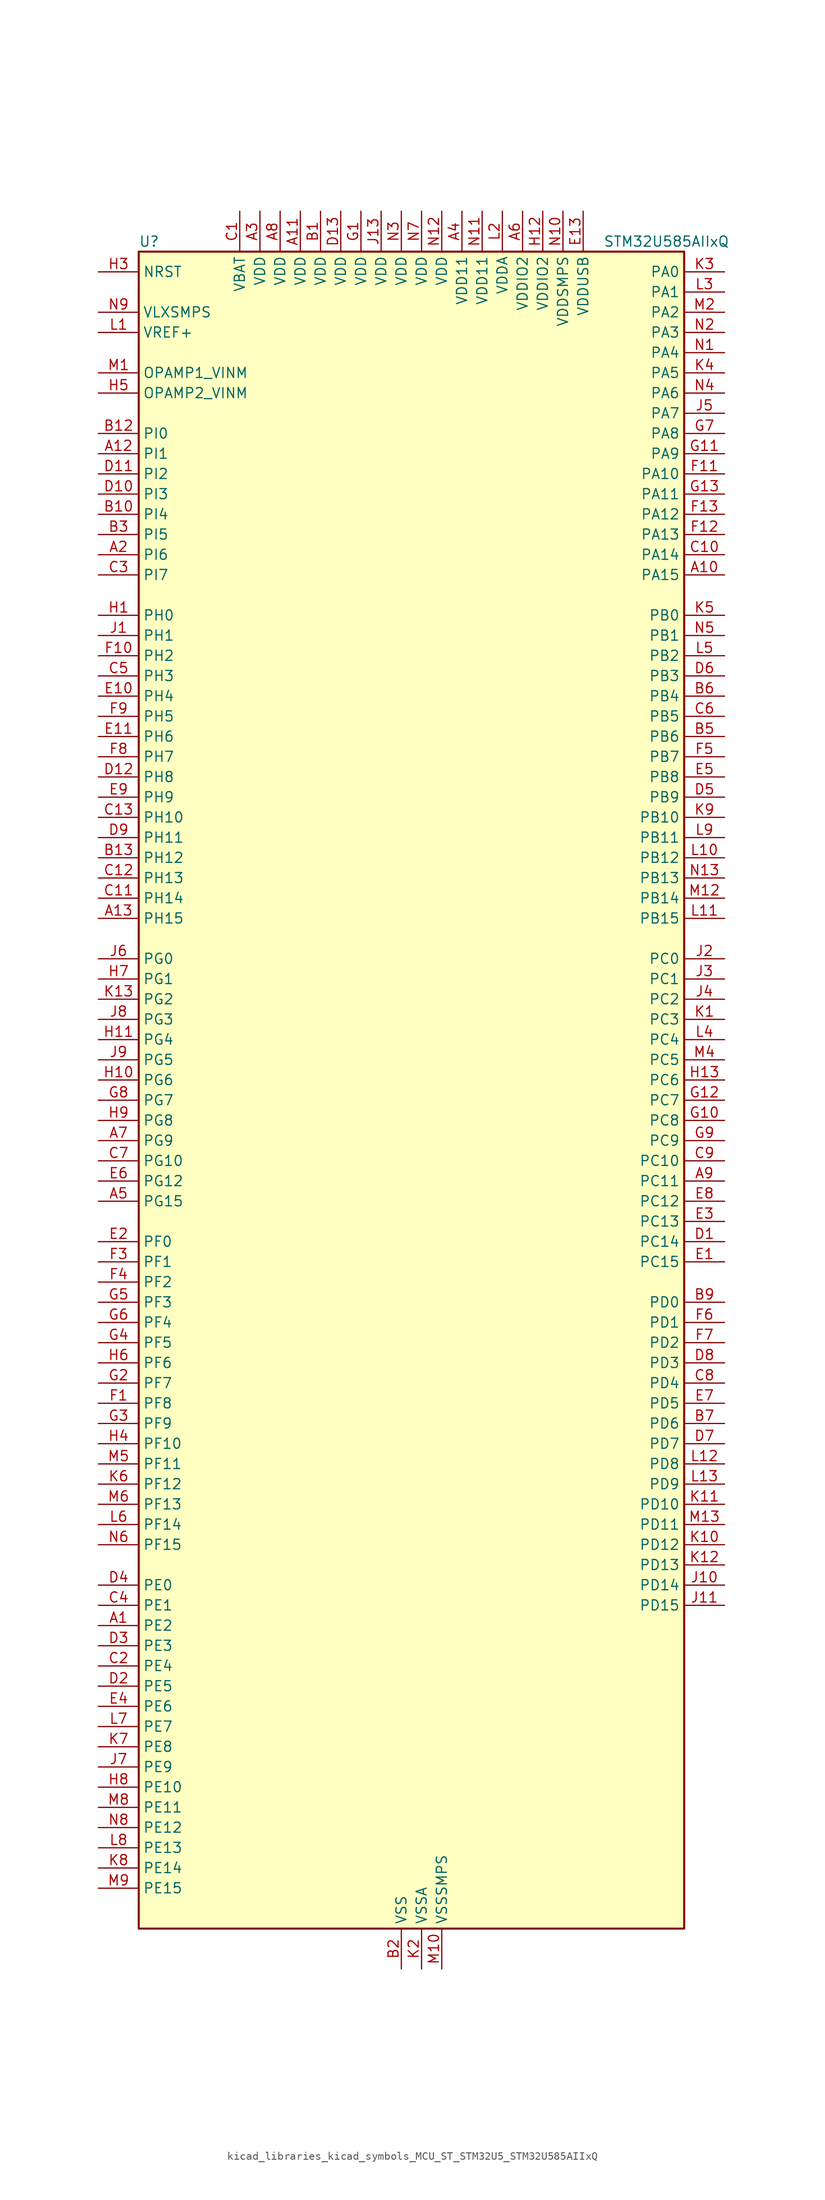
<source format=kicad_sym>
(kicad_symbol_lib
  (version 20220914)
  (generator kicad_symbol_editor)
  (symbol "kicad_libraries_kicad_symbols_MCU_ST_STM32U5_STM32U585AIIxQ"
    (property "Reference" "U"
      (at -33.02 107.95 0)
      (effects (font (size 1.27 1.27)) (justify left)))
    (property "Value" "STM32U585AIIxQ"
      (at 25.4 107.95 0)
      (effects (font (size 1.27 1.27)) (justify left)))
    (property "ki_locked" ""
      (at 0 0 0)
      (effects (font (size 1.27 1.27))))
    (symbol "kicad_libraries_kicad_symbols_MCU_ST_STM32U5_STM32U585AIIxQ_0_1"
      (rectangle (start -33.02 -104.14) (end 35.56 106.68) (stroke (width 0.254) (type default)) (fill (type background))))
    (symbol "kicad_libraries_kicad_symbols_MCU_ST_STM32U5_STM32U585AIIxQ_1_1"
      (pin bidirectional line (at -38.1 -66.04 0) (length 5.08) (name "PE2" (effects (font (size 1.27 1.27)))) (number "A1" (effects (font (size 1.27 1.27)))) (alternate "DEBUG_TRACECLK" bidirectional line) (alternate "FMC_A23" bidirectional line) (alternate "SAI1_CK1" bidirectional line) (alternate "SAI1_MCLK_A" bidirectional line) (alternate "TIM3_ETR" bidirectional line) (alternate "TSC_G7_IO1" bidirectional line))
      (pin bidirectional line (at 40.64 66.04 180) (length 5.08) (name "PA15" (effects (font (size 1.27 1.27)))) (number "A10" (effects (font (size 1.27 1.27)))) (alternate "ADC1_EXTI15" bidirectional line) (alternate "ADC4_EXTI15" bidirectional line) (alternate "DEBUG_JTDI" bidirectional line) (alternate "SAI2_FS_B" bidirectional line) (alternate "SPI1_NSS" bidirectional line) (alternate "SPI3_NSS" bidirectional line) (alternate "TIM2_CH1" bidirectional line) (alternate "TIM2_ETR" bidirectional line) (alternate "UART4_DE" bidirectional line) (alternate "UART4_RTS" bidirectional line) (alternate "UCPD1_CC1" bidirectional line) (alternate "USART2_RX" bidirectional line) (alternate "USART3_DE" bidirectional line) (alternate "USART3_RTS" bidirectional line))
      (pin power_in line (at -12.7 111.76 270) (length 5.08) (name "VDD" (effects (font (size 1.27 1.27)))) (number "A11" (effects (font (size 1.27 1.27)))))
      (pin bidirectional line (at -38.1 81.28 0) (length 5.08) (name "PI1" (effects (font (size 1.27 1.27)))) (number "A12" (effects (font (size 1.27 1.27)))) (alternate "DCMI_D8" bidirectional line) (alternate "OCTOSPIM_P2_IO2" bidirectional line) (alternate "PSSI_D8" bidirectional line) (alternate "SPI2_SCK" bidirectional line))
      (pin bidirectional line (at -38.1 22.86 0) (length 5.08) (name "PH15" (effects (font (size 1.27 1.27)))) (number "A13" (effects (font (size 1.27 1.27)))) (alternate "ADC1_EXTI15" bidirectional line) (alternate "ADC4_EXTI15" bidirectional line) (alternate "DCMI_D11" bidirectional line) (alternate "OCTOSPIM_P2_IO6" bidirectional line) (alternate "PSSI_D11" bidirectional line) (alternate "TIM8_CH3N" bidirectional line))
      (pin bidirectional line (at -38.1 68.58 0) (length 5.08) (name "PI6" (effects (font (size 1.27 1.27)))) (number "A2" (effects (font (size 1.27 1.27)))) (alternate "DCMI_D6" bidirectional line) (alternate "OCTOSPIM_P2_CLK" bidirectional line) (alternate "PSSI_D6" bidirectional line) (alternate "TIM8_CH2" bidirectional line))
      (pin power_in line (at -17.78 111.76 270) (length 5.08) (name "VDD" (effects (font (size 1.27 1.27)))) (number "A3" (effects (font (size 1.27 1.27)))))
      (pin power_in line (at 7.62 111.76 270) (length 5.08) (name "VDD11" (effects (font (size 1.27 1.27)))) (number "A4" (effects (font (size 1.27 1.27)))))
      (pin bidirectional line (at -38.1 -12.7 0) (length 5.08) (name "PG15" (effects (font (size 1.27 1.27)))) (number "A5" (effects (font (size 1.27 1.27)))) (alternate "ADC1_EXTI15" bidirectional line) (alternate "ADC4_EXTI15" bidirectional line) (alternate "DCMI_D13" bidirectional line) (alternate "I2C1_SMBA" bidirectional line) (alternate "LPTIM1_CH1" bidirectional line) (alternate "OCTOSPIM_P2_DQS" bidirectional line) (alternate "PSSI_D13" bidirectional line))
      (pin power_in line (at 15.24 111.76 270) (length 5.08) (name "VDDIO2" (effects (font (size 1.27 1.27)))) (number "A6" (effects (font (size 1.27 1.27)))))
      (pin bidirectional line (at -38.1 -5.08 0) (length 5.08) (name "PG9" (effects (font (size 1.27 1.27)))) (number "A7" (effects (font (size 1.27 1.27)))) (alternate "DAC1_EXTI9" bidirectional line) (alternate "FMC_NCE" bidirectional line) (alternate "FMC_NE2" bidirectional line) (alternate "OCTOSPIM_P2_IO6" bidirectional line) (alternate "SAI2_SCK_A" bidirectional line) (alternate "SPI3_SCK" bidirectional line) (alternate "TIM15_CH1N" bidirectional line) (alternate "USART1_TX" bidirectional line))
      (pin power_in line (at -15.24 111.76 270) (length 5.08) (name "VDD" (effects (font (size 1.27 1.27)))) (number "A8" (effects (font (size 1.27 1.27)))))
      (pin bidirectional line (at 40.64 -10.16 180) (length 5.08) (name "PC11" (effects (font (size 1.27 1.27)))) (number "A9" (effects (font (size 1.27 1.27)))) (alternate "ADC1_EXTI11" bidirectional line) (alternate "ADF1_SDI0" bidirectional line) (alternate "DCMI_D2" bidirectional line) (alternate "DCMI_D4" bidirectional line) (alternate "LPTIM3_IN1" bidirectional line) (alternate "OCTOSPIM_P1_NCS" bidirectional line) (alternate "PSSI_D2" bidirectional line) (alternate "PSSI_D4" bidirectional line) (alternate "SAI2_MCLK_B" bidirectional line) (alternate "SDMMC1_D3" bidirectional line) (alternate "SPI3_MISO" bidirectional line) (alternate "TSC_G3_IO3" bidirectional line) (alternate "UART4_RX" bidirectional line) (alternate "UCPD1_FRSTX2" bidirectional line) (alternate "USART3_RX" bidirectional line))
      (pin power_in line (at -10.16 111.76 270) (length 5.08) (name "VDD" (effects (font (size 1.27 1.27)))) (number "B1" (effects (font (size 1.27 1.27)))))
      (pin bidirectional line (at -38.1 73.66 0) (length 5.08) (name "PI4" (effects (font (size 1.27 1.27)))) (number "B10" (effects (font (size 1.27 1.27)))) (alternate "DCMI_D5" bidirectional line) (alternate "PSSI_D5" bidirectional line) (alternate "SPI2_RDY" bidirectional line) (alternate "TIM8_BKIN" bidirectional line))
      (pin passive line (at 0 -109.22 90) (length 5.08) hide (name "VSS" (effects (font (size 1.27 1.27)))) (number "B11" (effects (font (size 1.27 1.27)))))
      (pin bidirectional line (at -38.1 83.82 0) (length 5.08) (name "PI0" (effects (font (size 1.27 1.27)))) (number "B12" (effects (font (size 1.27 1.27)))) (alternate "DCMI_D13" bidirectional line) (alternate "OCTOSPIM_P1_IO5" bidirectional line) (alternate "PSSI_D13" bidirectional line) (alternate "SPI2_NSS" bidirectional line) (alternate "TIM5_CH4" bidirectional line))
      (pin bidirectional line (at -38.1 30.48 0) (length 5.08) (name "PH12" (effects (font (size 1.27 1.27)))) (number "B13" (effects (font (size 1.27 1.27)))) (alternate "DCMI_D3" bidirectional line) (alternate "OCTOSPIM_P2_IO7" bidirectional line) (alternate "PSSI_D3" bidirectional line) (alternate "TIM5_CH3" bidirectional line) (alternate "TIM8_CH4N" bidirectional line))
      (pin power_in line (at 0 -109.22 90) (length 5.08) (name "VSS" (effects (font (size 1.27 1.27)))) (number "B2" (effects (font (size 1.27 1.27)))))
      (pin bidirectional line (at -38.1 71.12 0) (length 5.08) (name "PI5" (effects (font (size 1.27 1.27)))) (number "B3" (effects (font (size 1.27 1.27)))) (alternate "DCMI_VSYNC" bidirectional line) (alternate "OCTOSPIM_P2_NCS" bidirectional line) (alternate "PSSI_RDY" bidirectional line) (alternate "TIM8_CH1" bidirectional line))
      (pin passive line (at 0 -109.22 90) (length 5.08) hide (name "VSS" (effects (font (size 1.27 1.27)))) (number "B4" (effects (font (size 1.27 1.27)))))
      (pin bidirectional line (at 40.64 45.72 180) (length 5.08) (name "PB6" (effects (font (size 1.27 1.27)))) (number "B5" (effects (font (size 1.27 1.27)))) (alternate "COMP2_INP" bidirectional line) (alternate "DCMI_D5" bidirectional line) (alternate "I2C1_SCL" bidirectional line) (alternate "I2C4_SCL" bidirectional line) (alternate "LPTIM1_ETR" bidirectional line) (alternate "MDF1_SDI5" bidirectional line) (alternate "PSSI_D5" bidirectional line) (alternate "PWR_WKUP3" bidirectional line) (alternate "SAI1_FS_B" bidirectional line) (alternate "TIM16_CH1N" bidirectional line) (alternate "TIM4_CH1" bidirectional line) (alternate "TIM8_BKIN2" bidirectional line) (alternate "TSC_G2_IO3" bidirectional line) (alternate "USART1_TX" bidirectional line))
      (pin bidirectional line (at 40.64 50.8 180) (length 5.08) (name "PB4" (effects (font (size 1.27 1.27)))) (number "B6" (effects (font (size 1.27 1.27)))) (alternate "ADF1_SDI0" bidirectional line) (alternate "COMP2_INP" bidirectional line) (alternate "DCMI_D12" bidirectional line) (alternate "DEBUG_JTRST" bidirectional line) (alternate "I2C3_SDA" bidirectional line) (alternate "LPTIM1_CH2" bidirectional line) (alternate "PSSI_D12" bidirectional line) (alternate "SAI1_MCLK_B" bidirectional line) (alternate "SDMMC2_D3" bidirectional line) (alternate "SPI1_MISO" bidirectional line) (alternate "SPI3_MISO" bidirectional line) (alternate "TIM17_BKIN" bidirectional line) (alternate "TIM3_CH1" bidirectional line) (alternate "TSC_G2_IO1" bidirectional line) (alternate "UART5_DE" bidirectional line) (alternate "UART5_RTS" bidirectional line) (alternate "USART1_CTS" bidirectional line))
      (pin bidirectional line (at 40.64 -40.64 180) (length 5.08) (name "PD6" (effects (font (size 1.27 1.27)))) (number "B7" (effects (font (size 1.27 1.27)))) (alternate "DCMI_D10" bidirectional line) (alternate "FMC_NWAIT" bidirectional line) (alternate "MDF1_SDI1" bidirectional line) (alternate "OCTOSPIM_P1_IO6" bidirectional line) (alternate "PSSI_D10" bidirectional line) (alternate "SAI1_D1" bidirectional line) (alternate "SAI1_SD_A" bidirectional line) (alternate "SDMMC2_CK" bidirectional line) (alternate "SPI3_MOSI" bidirectional line) (alternate "USART2_RX" bidirectional line))
      (pin passive line (at 0 -109.22 90) (length 5.08) hide (name "VSS" (effects (font (size 1.27 1.27)))) (number "B8" (effects (font (size 1.27 1.27)))))
      (pin bidirectional line (at 40.64 -25.4 180) (length 5.08) (name "PD0" (effects (font (size 1.27 1.27)))) (number "B9" (effects (font (size 1.27 1.27)))) (alternate "FDCAN1_RX" bidirectional line) (alternate "FMC_D2" bidirectional line) (alternate "FMC_DA2" bidirectional line) (alternate "SPI2_NSS" bidirectional line) (alternate "TIM8_CH4N" bidirectional line))
      (pin power_in line (at -20.32 111.76 270) (length 5.08) (name "VBAT" (effects (font (size 1.27 1.27)))) (number "C1" (effects (font (size 1.27 1.27)))))
      (pin bidirectional line (at 40.64 68.58 180) (length 5.08) (name "PA14" (effects (font (size 1.27 1.27)))) (number "C10" (effects (font (size 1.27 1.27)))) (alternate "DEBUG_JTCK-SWCLK" bidirectional line) (alternate "I2C1_SMBA" bidirectional line) (alternate "I2C4_SMBA" bidirectional line) (alternate "LPTIM1_CH1" bidirectional line) (alternate "SAI1_FS_B" bidirectional line) (alternate "USB_OTG_FS_SOF" bidirectional line))
      (pin bidirectional line (at -38.1 25.4 0) (length 5.08) (name "PH14" (effects (font (size 1.27 1.27)))) (number "C11" (effects (font (size 1.27 1.27)))) (alternate "DCMI_D4" bidirectional line) (alternate "FDCAN1_RX" bidirectional line) (alternate "PSSI_D4" bidirectional line) (alternate "TIM8_CH2N" bidirectional line))
      (pin bidirectional line (at -38.1 27.94 0) (length 5.08) (name "PH13" (effects (font (size 1.27 1.27)))) (number "C12" (effects (font (size 1.27 1.27)))) (alternate "FDCAN1_TX" bidirectional line) (alternate "TIM8_CH1N" bidirectional line))
      (pin bidirectional line (at -38.1 35.56 0) (length 5.08) (name "PH10" (effects (font (size 1.27 1.27)))) (number "C13" (effects (font (size 1.27 1.27)))) (alternate "DCMI_D1" bidirectional line) (alternate "OCTOSPIM_P2_IO5" bidirectional line) (alternate "PSSI_D1" bidirectional line) (alternate "TIM5_CH1" bidirectional line))
      (pin bidirectional line (at -38.1 -71.12 0) (length 5.08) (name "PE4" (effects (font (size 1.27 1.27)))) (number "C2" (effects (font (size 1.27 1.27)))) (alternate "DCMI_D4" bidirectional line) (alternate "DEBUG_TRACED1" bidirectional line) (alternate "FMC_A20" bidirectional line) (alternate "MDF1_SDI3" bidirectional line) (alternate "PSSI_D4" bidirectional line) (alternate "PWR_WKUP1" bidirectional line) (alternate "SAI1_D2" bidirectional line) (alternate "SAI1_FS_A" bidirectional line) (alternate "TAMP_IN7" bidirectional line) (alternate "TAMP_OUT8" bidirectional line) (alternate "TIM3_CH2" bidirectional line) (alternate "TSC_G7_IO3" bidirectional line))
      (pin bidirectional line (at -38.1 66.04 0) (length 5.08) (name "PI7" (effects (font (size 1.27 1.27)))) (number "C3" (effects (font (size 1.27 1.27)))) (alternate "DCMI_D7" bidirectional line) (alternate "OCTOSPIM_P2_NCLK" bidirectional line) (alternate "PSSI_D7" bidirectional line) (alternate "TIM8_CH3" bidirectional line))
      (pin bidirectional line (at -38.1 -63.5 0) (length 5.08) (name "PE1" (effects (font (size 1.27 1.27)))) (number "C4" (effects (font (size 1.27 1.27)))) (alternate "DCMI_D3" bidirectional line) (alternate "FMC_NBL1" bidirectional line) (alternate "PSSI_D3" bidirectional line) (alternate "TIM17_CH1" bidirectional line))
      (pin bidirectional line (at -38.1 53.34 0) (length 5.08) (name "PH3" (effects (font (size 1.27 1.27)))) (number "C5" (effects (font (size 1.27 1.27)))))
      (pin bidirectional line (at 40.64 48.26 180) (length 5.08) (name "PB5" (effects (font (size 1.27 1.27)))) (number "C6" (effects (font (size 1.27 1.27)))) (alternate "COMP2_OUT" bidirectional line) (alternate "DCMI_D10" bidirectional line) (alternate "I2C1_SMBA" bidirectional line) (alternate "LPTIM1_IN1" bidirectional line) (alternate "OCTOSPIM_P1_NCLK" bidirectional line) (alternate "PSSI_D10" bidirectional line) (alternate "PWR_WKUP6" bidirectional line) (alternate "SAI1_SD_B" bidirectional line) (alternate "SPI1_MOSI" bidirectional line) (alternate "SPI3_MOSI" bidirectional line) (alternate "TIM16_BKIN" bidirectional line) (alternate "TIM3_CH2" bidirectional line) (alternate "TSC_G2_IO2" bidirectional line) (alternate "UART5_CTS" bidirectional line) (alternate "UCPD1_DBCC1" bidirectional line) (alternate "USART1_CK" bidirectional line))
      (pin bidirectional line (at -38.1 -7.62 0) (length 5.08) (name "PG10" (effects (font (size 1.27 1.27)))) (number "C7" (effects (font (size 1.27 1.27)))) (alternate "FMC_NE3" bidirectional line) (alternate "LPTIM1_IN1" bidirectional line) (alternate "OCTOSPIM_P2_IO7" bidirectional line) (alternate "SAI2_FS_A" bidirectional line) (alternate "SPI3_MISO" bidirectional line) (alternate "TIM15_CH1" bidirectional line) (alternate "USART1_RX" bidirectional line))
      (pin bidirectional line (at 40.64 -35.56 180) (length 5.08) (name "PD4" (effects (font (size 1.27 1.27)))) (number "C8" (effects (font (size 1.27 1.27)))) (alternate "FMC_NOE" bidirectional line) (alternate "MDF1_CKI0" bidirectional line) (alternate "OCTOSPIM_P1_IO4" bidirectional line) (alternate "SPI2_MOSI" bidirectional line) (alternate "USART2_DE" bidirectional line) (alternate "USART2_RTS" bidirectional line))
      (pin bidirectional line (at 40.64 -7.62 180) (length 5.08) (name "PC10" (effects (font (size 1.27 1.27)))) (number "C9" (effects (font (size 1.27 1.27)))) (alternate "ADF1_CCK1" bidirectional line) (alternate "DCMI_D8" bidirectional line) (alternate "DEBUG_TRACED1" bidirectional line) (alternate "LPTIM3_ETR" bidirectional line) (alternate "PSSI_D8" bidirectional line) (alternate "SAI2_SCK_B" bidirectional line) (alternate "SDMMC1_D2" bidirectional line) (alternate "SPI3_SCK" bidirectional line) (alternate "TSC_G3_IO2" bidirectional line) (alternate "UART4_TX" bidirectional line) (alternate "USART3_TX" bidirectional line))
      (pin bidirectional line (at 40.64 -17.78 180) (length 5.08) (name "PC14" (effects (font (size 1.27 1.27)))) (number "D1" (effects (font (size 1.27 1.27)))) (alternate "RCC_OSC32_IN" bidirectional line))
      (pin bidirectional line (at -38.1 76.2 0) (length 5.08) (name "PI3" (effects (font (size 1.27 1.27)))) (number "D10" (effects (font (size 1.27 1.27)))) (alternate "DCMI_D10" bidirectional line) (alternate "OCTOSPIM_P2_IO0" bidirectional line) (alternate "PSSI_D10" bidirectional line) (alternate "SPI2_MOSI" bidirectional line) (alternate "TIM8_ETR" bidirectional line))
      (pin bidirectional line (at -38.1 78.74 0) (length 5.08) (name "PI2" (effects (font (size 1.27 1.27)))) (number "D11" (effects (font (size 1.27 1.27)))) (alternate "DCMI_D9" bidirectional line) (alternate "OCTOSPIM_P2_IO1" bidirectional line) (alternate "PSSI_D9" bidirectional line) (alternate "SPI2_MISO" bidirectional line) (alternate "TIM8_CH4" bidirectional line))
      (pin bidirectional line (at -38.1 40.64 0) (length 5.08) (name "PH8" (effects (font (size 1.27 1.27)))) (number "D12" (effects (font (size 1.27 1.27)))) (alternate "DCMI_HSYNC" bidirectional line) (alternate "I2C3_SDA" bidirectional line) (alternate "OCTOSPIM_P2_IO3" bidirectional line) (alternate "PSSI_DE" bidirectional line))
      (pin power_in line (at -7.62 111.76 270) (length 5.08) (name "VDD" (effects (font (size 1.27 1.27)))) (number "D13" (effects (font (size 1.27 1.27)))))
      (pin bidirectional line (at -38.1 -73.66 0) (length 5.08) (name "PE5" (effects (font (size 1.27 1.27)))) (number "D2" (effects (font (size 1.27 1.27)))) (alternate "DCMI_D6" bidirectional line) (alternate "DEBUG_TRACED2" bidirectional line) (alternate "FMC_A21" bidirectional line) (alternate "MDF1_CKI3" bidirectional line) (alternate "PSSI_D6" bidirectional line) (alternate "PWR_WKUP2" bidirectional line) (alternate "SAI1_CK2" bidirectional line) (alternate "SAI1_SCK_A" bidirectional line) (alternate "TAMP_IN8" bidirectional line) (alternate "TAMP_OUT7" bidirectional line) (alternate "TIM3_CH3" bidirectional line) (alternate "TSC_G7_IO4" bidirectional line))
      (pin bidirectional line (at -38.1 -68.58 0) (length 5.08) (name "PE3" (effects (font (size 1.27 1.27)))) (number "D3" (effects (font (size 1.27 1.27)))) (alternate "DEBUG_TRACED0" bidirectional line) (alternate "FMC_A19" bidirectional line) (alternate "OCTOSPIM_P1_DQS" bidirectional line) (alternate "SAI1_SD_B" bidirectional line) (alternate "TAMP_IN6" bidirectional line) (alternate "TAMP_OUT3" bidirectional line) (alternate "TIM3_CH1" bidirectional line) (alternate "TSC_G7_IO2" bidirectional line))
      (pin bidirectional line (at -38.1 -60.96 0) (length 5.08) (name "PE0" (effects (font (size 1.27 1.27)))) (number "D4" (effects (font (size 1.27 1.27)))) (alternate "DCMI_D2" bidirectional line) (alternate "FMC_NBL0" bidirectional line) (alternate "PSSI_D2" bidirectional line) (alternate "TIM16_CH1" bidirectional line) (alternate "TIM4_ETR" bidirectional line))
      (pin bidirectional line (at 40.64 38.1 180) (length 5.08) (name "PB9" (effects (font (size 1.27 1.27)))) (number "D5" (effects (font (size 1.27 1.27)))) (alternate "DAC1_EXTI9" bidirectional line) (alternate "DCMI_D7" bidirectional line) (alternate "FDCAN1_TX" bidirectional line) (alternate "I2C1_SDA" bidirectional line) (alternate "IR_OUT" bidirectional line) (alternate "PSSI_D7" bidirectional line) (alternate "SAI1_D2" bidirectional line) (alternate "SAI1_FS_A" bidirectional line) (alternate "SDMMC1_CDIR" bidirectional line) (alternate "SDMMC1_D5" bidirectional line) (alternate "SDMMC2_D5" bidirectional line) (alternate "SPI2_NSS" bidirectional line) (alternate "TIM17_CH1" bidirectional line) (alternate "TIM4_CH4" bidirectional line))
      (pin bidirectional line (at 40.64 53.34 180) (length 5.08) (name "PB3" (effects (font (size 1.27 1.27)))) (number "D6" (effects (font (size 1.27 1.27)))) (alternate "ADF1_CCK0" bidirectional line) (alternate "COMP2_INM" bidirectional line) (alternate "CRS_SYNC" bidirectional line) (alternate "DEBUG_JTDO-SWO" bidirectional line) (alternate "I2C1_SDA" bidirectional line) (alternate "LPTIM1_CH1" bidirectional line) (alternate "SAI1_SCK_B" bidirectional line) (alternate "SDMMC2_D2" bidirectional line) (alternate "SPI1_SCK" bidirectional line) (alternate "SPI3_SCK" bidirectional line) (alternate "TIM2_CH2" bidirectional line) (alternate "USART1_DE" bidirectional line) (alternate "USART1_RTS" bidirectional line))
      (pin bidirectional line (at 40.64 -43.18 180) (length 5.08) (name "PD7" (effects (font (size 1.27 1.27)))) (number "D7" (effects (font (size 1.27 1.27)))) (alternate "FMC_NCE" bidirectional line) (alternate "FMC_NE1" bidirectional line) (alternate "LPTIM4_OUT" bidirectional line) (alternate "MDF1_CKI1" bidirectional line) (alternate "OCTOSPIM_P1_IO7" bidirectional line) (alternate "SDMMC2_CMD" bidirectional line) (alternate "USART2_CK" bidirectional line))
      (pin bidirectional line (at 40.64 -33.02 180) (length 5.08) (name "PD3" (effects (font (size 1.27 1.27)))) (number "D8" (effects (font (size 1.27 1.27)))) (alternate "DCMI_D5" bidirectional line) (alternate "FMC_CLK" bidirectional line) (alternate "MDF1_SDI0" bidirectional line) (alternate "OCTOSPIM_P2_NCS" bidirectional line) (alternate "PSSI_D5" bidirectional line) (alternate "SPI2_MISO" bidirectional line) (alternate "SPI2_SCK" bidirectional line) (alternate "USART2_CTS" bidirectional line))
      (pin bidirectional line (at -38.1 33.02 0) (length 5.08) (name "PH11" (effects (font (size 1.27 1.27)))) (number "D9" (effects (font (size 1.27 1.27)))) (alternate "ADC1_EXTI11" bidirectional line) (alternate "DCMI_D2" bidirectional line) (alternate "OCTOSPIM_P2_IO6" bidirectional line) (alternate "PSSI_D2" bidirectional line) (alternate "TIM5_CH2" bidirectional line))
      (pin bidirectional line (at 40.64 -20.32 180) (length 5.08) (name "PC15" (effects (font (size 1.27 1.27)))) (number "E1" (effects (font (size 1.27 1.27)))) (alternate "ADC1_EXTI15" bidirectional line) (alternate "ADC4_EXTI15" bidirectional line) (alternate "RCC_OSC32_OUT" bidirectional line))
      (pin bidirectional line (at -38.1 50.8 0) (length 5.08) (name "PH4" (effects (font (size 1.27 1.27)))) (number "E10" (effects (font (size 1.27 1.27)))) (alternate "I2C2_SCL" bidirectional line) (alternate "OCTOSPIM_P2_DQS" bidirectional line) (alternate "PSSI_D14" bidirectional line))
      (pin bidirectional line (at -38.1 45.72 0) (length 5.08) (name "PH6" (effects (font (size 1.27 1.27)))) (number "E11" (effects (font (size 1.27 1.27)))) (alternate "DCMI_D8" bidirectional line) (alternate "I2C2_SMBA" bidirectional line) (alternate "OCTOSPIM_P2_CLK" bidirectional line) (alternate "PSSI_D8" bidirectional line))
      (pin passive line (at 0 -109.22 90) (length 5.08) hide (name "VSS" (effects (font (size 1.27 1.27)))) (number "E12" (effects (font (size 1.27 1.27)))))
      (pin power_in line (at 22.86 111.76 270) (length 5.08) (name "VDDUSB" (effects (font (size 1.27 1.27)))) (number "E13" (effects (font (size 1.27 1.27)))))
      (pin bidirectional line (at -38.1 -17.78 0) (length 5.08) (name "PF0" (effects (font (size 1.27 1.27)))) (number "E2" (effects (font (size 1.27 1.27)))) (alternate "FMC_A0" bidirectional line) (alternate "I2C2_SDA" bidirectional line) (alternate "OCTOSPIM_P2_IO0" bidirectional line))
      (pin bidirectional line (at 40.64 -15.24 180) (length 5.08) (name "PC13" (effects (font (size 1.27 1.27)))) (number "E3" (effects (font (size 1.27 1.27)))) (alternate "PWR_WKUP2" bidirectional line) (alternate "RTC_OUT1" bidirectional line) (alternate "RTC_TS" bidirectional line) (alternate "TAMP_IN1" bidirectional line) (alternate "TAMP_OUT2" bidirectional line))
      (pin bidirectional line (at -38.1 -76.2 0) (length 5.08) (name "PE6" (effects (font (size 1.27 1.27)))) (number "E4" (effects (font (size 1.27 1.27)))) (alternate "DCMI_D7" bidirectional line) (alternate "DEBUG_TRACED3" bidirectional line) (alternate "FMC_A22" bidirectional line) (alternate "PSSI_D7" bidirectional line) (alternate "PWR_WKUP3" bidirectional line) (alternate "SAI1_D1" bidirectional line) (alternate "SAI1_SD_A" bidirectional line) (alternate "TAMP_IN3" bidirectional line) (alternate "TAMP_OUT6" bidirectional line) (alternate "TIM3_CH4" bidirectional line))
      (pin bidirectional line (at 40.64 40.64 180) (length 5.08) (name "PB8" (effects (font (size 1.27 1.27)))) (number "E5" (effects (font (size 1.27 1.27)))) (alternate "DCMI_D6" bidirectional line) (alternate "FDCAN1_RX" bidirectional line) (alternate "I2C1_SCL" bidirectional line) (alternate "MDF1_CCK0" bidirectional line) (alternate "PSSI_D6" bidirectional line) (alternate "PWR_WKUP5" bidirectional line) (alternate "SAI1_CK1" bidirectional line) (alternate "SAI1_MCLK_A" bidirectional line) (alternate "SDMMC1_CKIN" bidirectional line) (alternate "SDMMC1_D4" bidirectional line) (alternate "SDMMC2_D4" bidirectional line) (alternate "SPI3_RDY" bidirectional line) (alternate "TIM16_CH1" bidirectional line) (alternate "TIM4_CH3" bidirectional line))
      (pin bidirectional line (at -38.1 -10.16 0) (length 5.08) (name "PG12" (effects (font (size 1.27 1.27)))) (number "E6" (effects (font (size 1.27 1.27)))) (alternate "FMC_NE4" bidirectional line) (alternate "LPTIM1_ETR" bidirectional line) (alternate "OCTOSPIM_P2_NCS" bidirectional line) (alternate "SAI2_SD_A" bidirectional line) (alternate "SPI3_NSS" bidirectional line) (alternate "USART1_DE" bidirectional line) (alternate "USART1_RTS" bidirectional line))
      (pin bidirectional line (at 40.64 -38.1 180) (length 5.08) (name "PD5" (effects (font (size 1.27 1.27)))) (number "E7" (effects (font (size 1.27 1.27)))) (alternate "FMC_NWE" bidirectional line) (alternate "OCTOSPIM_P1_IO5" bidirectional line) (alternate "SPI2_RDY" bidirectional line) (alternate "USART2_TX" bidirectional line))
      (pin bidirectional line (at 40.64 -12.7 180) (length 5.08) (name "PC12" (effects (font (size 1.27 1.27)))) (number "E8" (effects (font (size 1.27 1.27)))) (alternate "DCMI_D9" bidirectional line) (alternate "DEBUG_TRACED3" bidirectional line) (alternate "PSSI_D9" bidirectional line) (alternate "SAI2_SD_B" bidirectional line) (alternate "SDMMC1_CK" bidirectional line) (alternate "SPI3_MOSI" bidirectional line) (alternate "TSC_G3_IO4" bidirectional line) (alternate "UART5_TX" bidirectional line) (alternate "USART3_CK" bidirectional line))
      (pin bidirectional line (at -38.1 38.1 0) (length 5.08) (name "PH9" (effects (font (size 1.27 1.27)))) (number "E9" (effects (font (size 1.27 1.27)))) (alternate "DAC1_EXTI9" bidirectional line) (alternate "DCMI_D0" bidirectional line) (alternate "I2C3_SMBA" bidirectional line) (alternate "OCTOSPIM_P2_IO4" bidirectional line) (alternate "PSSI_D0" bidirectional line))
      (pin bidirectional line (at -38.1 -38.1 0) (length 5.08) (name "PF8" (effects (font (size 1.27 1.27)))) (number "F1" (effects (font (size 1.27 1.27)))) (alternate "FDCAN1_TX" bidirectional line) (alternate "OCTOSPIM_P1_IO0" bidirectional line) (alternate "PSSI_D14" bidirectional line) (alternate "SAI1_SCK_B" bidirectional line) (alternate "TIM5_CH3" bidirectional line))
      (pin bidirectional line (at -38.1 55.88 0) (length 5.08) (name "PH2" (effects (font (size 1.27 1.27)))) (number "F10" (effects (font (size 1.27 1.27)))) (alternate "OCTOSPIM_P1_IO4" bidirectional line))
      (pin bidirectional line (at 40.64 78.74 180) (length 5.08) (name "PA10" (effects (font (size 1.27 1.27)))) (number "F11" (effects (font (size 1.27 1.27)))) (alternate "CRS_SYNC" bidirectional line) (alternate "DCMI_D1" bidirectional line) (alternate "LPTIM2_IN2" bidirectional line) (alternate "PSSI_D1" bidirectional line) (alternate "SAI1_D1" bidirectional line) (alternate "SAI1_SD_A" bidirectional line) (alternate "TIM17_BKIN" bidirectional line) (alternate "TIM1_CH3" bidirectional line) (alternate "USART1_RX" bidirectional line) (alternate "USB_OTG_FS_ID" bidirectional line))
      (pin bidirectional line (at 40.64 71.12 180) (length 5.08) (name "PA13" (effects (font (size 1.27 1.27)))) (number "F12" (effects (font (size 1.27 1.27)))) (alternate "DEBUG_JTMS-SWDIO" bidirectional line) (alternate "IR_OUT" bidirectional line) (alternate "SAI1_SD_B" bidirectional line) (alternate "USB_OTG_FS_NOE" bidirectional line))
      (pin bidirectional line (at 40.64 73.66 180) (length 5.08) (name "PA12" (effects (font (size 1.27 1.27)))) (number "F13" (effects (font (size 1.27 1.27)))) (alternate "FDCAN1_TX" bidirectional line) (alternate "OCTOSPIM_P2_NCS" bidirectional line) (alternate "SPI1_MOSI" bidirectional line) (alternate "TIM1_ETR" bidirectional line) (alternate "USART1_DE" bidirectional line) (alternate "USART1_RTS" bidirectional line) (alternate "USB_OTG_FS_DP" bidirectional line))
      (pin passive line (at 0 -109.22 90) (length 5.08) hide (name "VSS" (effects (font (size 1.27 1.27)))) (number "F2" (effects (font (size 1.27 1.27)))))
      (pin bidirectional line (at -38.1 -20.32 0) (length 5.08) (name "PF1" (effects (font (size 1.27 1.27)))) (number "F3" (effects (font (size 1.27 1.27)))) (alternate "FMC_A1" bidirectional line) (alternate "I2C2_SCL" bidirectional line) (alternate "OCTOSPIM_P2_IO1" bidirectional line))
      (pin bidirectional line (at -38.1 -22.86 0) (length 5.08) (name "PF2" (effects (font (size 1.27 1.27)))) (number "F4" (effects (font (size 1.27 1.27)))) (alternate "FMC_A2" bidirectional line) (alternate "I2C2_SMBA" bidirectional line) (alternate "LPTIM3_CH2" bidirectional line) (alternate "OCTOSPIM_P2_IO2" bidirectional line) (alternate "PWR_WKUP8" bidirectional line))
      (pin bidirectional line (at 40.64 43.18 180) (length 5.08) (name "PB7" (effects (font (size 1.27 1.27)))) (number "F5" (effects (font (size 1.27 1.27)))) (alternate "COMP2_INM" bidirectional line) (alternate "DCMI_VSYNC" bidirectional line) (alternate "FMC_NL" bidirectional line) (alternate "I2C1_SDA" bidirectional line) (alternate "I2C4_SDA" bidirectional line) (alternate "LPTIM1_IN2" bidirectional line) (alternate "MDF1_CKI5" bidirectional line) (alternate "PSSI_RDY" bidirectional line) (alternate "PWR_PVD_IN" bidirectional line) (alternate "PWR_WKUP4" bidirectional line) (alternate "TIM17_CH1N" bidirectional line) (alternate "TIM4_CH2" bidirectional line) (alternate "TIM8_BKIN" bidirectional line) (alternate "TSC_G2_IO4" bidirectional line) (alternate "UART4_CTS" bidirectional line) (alternate "USART1_RX" bidirectional line))
      (pin bidirectional line (at 40.64 -27.94 180) (length 5.08) (name "PD1" (effects (font (size 1.27 1.27)))) (number "F6" (effects (font (size 1.27 1.27)))) (alternate "FDCAN1_TX" bidirectional line) (alternate "FMC_D3" bidirectional line) (alternate "FMC_DA3" bidirectional line) (alternate "SPI2_SCK" bidirectional line))
      (pin bidirectional line (at 40.64 -30.48 180) (length 5.08) (name "PD2" (effects (font (size 1.27 1.27)))) (number "F7" (effects (font (size 1.27 1.27)))) (alternate "DCMI_D11" bidirectional line) (alternate "DEBUG_TRACED2" bidirectional line) (alternate "LPTIM4_ETR" bidirectional line) (alternate "PSSI_D11" bidirectional line) (alternate "SDMMC1_CMD" bidirectional line) (alternate "TIM3_ETR" bidirectional line) (alternate "TSC_SYNC" bidirectional line) (alternate "UART5_RX" bidirectional line) (alternate "USART3_DE" bidirectional line) (alternate "USART3_RTS" bidirectional line))
      (pin bidirectional line (at -38.1 43.18 0) (length 5.08) (name "PH7" (effects (font (size 1.27 1.27)))) (number "F8" (effects (font (size 1.27 1.27)))) (alternate "DCMI_D9" bidirectional line) (alternate "I2C3_SCL" bidirectional line) (alternate "OCTOSPIM_P2_NCLK" bidirectional line) (alternate "PSSI_D9" bidirectional line))
      (pin bidirectional line (at -38.1 48.26 0) (length 5.08) (name "PH5" (effects (font (size 1.27 1.27)))) (number "F9" (effects (font (size 1.27 1.27)))) (alternate "DCMI_PIXCLK" bidirectional line) (alternate "I2C2_SDA" bidirectional line) (alternate "PSSI_PDCK" bidirectional line))
      (pin power_in line (at -5.08 111.76 270) (length 5.08) (name "VDD" (effects (font (size 1.27 1.27)))) (number "G1" (effects (font (size 1.27 1.27)))))
      (pin bidirectional line (at 40.64 -2.54 180) (length 5.08) (name "PC8" (effects (font (size 1.27 1.27)))) (number "G10" (effects (font (size 1.27 1.27)))) (alternate "DCMI_D2" bidirectional line) (alternate "LPTIM3_CH1" bidirectional line) (alternate "PSSI_D2" bidirectional line) (alternate "PWR_SRDSTOP" bidirectional line) (alternate "SDMMC1_D0" bidirectional line) (alternate "TIM3_CH3" bidirectional line) (alternate "TIM8_CH3" bidirectional line) (alternate "TSC_G4_IO3" bidirectional line))
      (pin bidirectional line (at 40.64 81.28 180) (length 5.08) (name "PA9" (effects (font (size 1.27 1.27)))) (number "G11" (effects (font (size 1.27 1.27)))) (alternate "DAC1_EXTI9" bidirectional line) (alternate "DCMI_D0" bidirectional line) (alternate "PSSI_D0" bidirectional line) (alternate "SAI1_FS_A" bidirectional line) (alternate "SPI2_SCK" bidirectional line) (alternate "TIM15_BKIN" bidirectional line) (alternate "TIM1_CH2" bidirectional line) (alternate "USART1_TX" bidirectional line) (alternate "USB_OTG_FS_VBUS" bidirectional line))
      (pin bidirectional line (at 40.64 0 180) (length 5.08) (name "PC7" (effects (font (size 1.27 1.27)))) (number "G12" (effects (font (size 1.27 1.27)))) (alternate "DCMI_D1" bidirectional line) (alternate "LPTIM2_CH2" bidirectional line) (alternate "MDF1_SDI3" bidirectional line) (alternate "PSSI_D1" bidirectional line) (alternate "PWR_CDSTOP" bidirectional line) (alternate "SAI2_MCLK_B" bidirectional line) (alternate "SDMMC1_D123DIR" bidirectional line) (alternate "SDMMC1_D7" bidirectional line) (alternate "SDMMC2_D7" bidirectional line) (alternate "TIM3_CH2" bidirectional line) (alternate "TIM8_CH2" bidirectional line) (alternate "TSC_G4_IO2" bidirectional line))
      (pin bidirectional line (at 40.64 76.2 180) (length 5.08) (name "PA11" (effects (font (size 1.27 1.27)))) (number "G13" (effects (font (size 1.27 1.27)))) (alternate "ADC1_EXTI11" bidirectional line) (alternate "FDCAN1_RX" bidirectional line) (alternate "SPI1_MISO" bidirectional line) (alternate "TIM1_BKIN2" bidirectional line) (alternate "TIM1_CH4" bidirectional line) (alternate "USART1_CTS" bidirectional line) (alternate "USB_OTG_FS_DM" bidirectional line))
      (pin bidirectional line (at -38.1 -35.56 0) (length 5.08) (name "PF7" (effects (font (size 1.27 1.27)))) (number "G2" (effects (font (size 1.27 1.27)))) (alternate "FDCAN1_RX" bidirectional line) (alternate "OCTOSPIM_P1_IO2" bidirectional line) (alternate "SAI1_MCLK_B" bidirectional line) (alternate "TIM5_CH2" bidirectional line))
      (pin bidirectional line (at -38.1 -40.64 0) (length 5.08) (name "PF9" (effects (font (size 1.27 1.27)))) (number "G3" (effects (font (size 1.27 1.27)))) (alternate "DAC1_EXTI9" bidirectional line) (alternate "OCTOSPIM_P1_IO1" bidirectional line) (alternate "PSSI_D15" bidirectional line) (alternate "SAI1_FS_B" bidirectional line) (alternate "TIM15_CH1" bidirectional line) (alternate "TIM5_CH4" bidirectional line))
      (pin bidirectional line (at -38.1 -30.48 0) (length 5.08) (name "PF5" (effects (font (size 1.27 1.27)))) (number "G4" (effects (font (size 1.27 1.27)))) (alternate "FMC_A5" bidirectional line) (alternate "LPTIM3_CH1" bidirectional line) (alternate "OCTOSPIM_P2_NCLK" bidirectional line))
      (pin bidirectional line (at -38.1 -25.4 0) (length 5.08) (name "PF3" (effects (font (size 1.27 1.27)))) (number "G5" (effects (font (size 1.27 1.27)))) (alternate "FMC_A3" bidirectional line) (alternate "LPTIM3_IN1" bidirectional line) (alternate "OCTOSPIM_P2_IO3" bidirectional line))
      (pin bidirectional line (at -38.1 -27.94 0) (length 5.08) (name "PF4" (effects (font (size 1.27 1.27)))) (number "G6" (effects (font (size 1.27 1.27)))) (alternate "FMC_A4" bidirectional line) (alternate "LPTIM3_ETR" bidirectional line) (alternate "OCTOSPIM_P2_CLK" bidirectional line))
      (pin bidirectional line (at 40.64 83.82 180) (length 5.08) (name "PA8" (effects (font (size 1.27 1.27)))) (number "G7" (effects (font (size 1.27 1.27)))) (alternate "DEBUG_TRACECLK" bidirectional line) (alternate "LPTIM2_CH1" bidirectional line) (alternate "RCC_MCO" bidirectional line) (alternate "SAI1_CK2" bidirectional line) (alternate "SAI1_SCK_A" bidirectional line) (alternate "SPI1_RDY" bidirectional line) (alternate "TIM1_CH1" bidirectional line) (alternate "USART1_CK" bidirectional line) (alternate "USB_OTG_FS_SOF" bidirectional line))
      (pin bidirectional line (at -38.1 0 0) (length 5.08) (name "PG7" (effects (font (size 1.27 1.27)))) (number "G8" (effects (font (size 1.27 1.27)))) (alternate "FMC_INT" bidirectional line) (alternate "I2C3_SCL" bidirectional line) (alternate "LPUART1_TX" bidirectional line) (alternate "MDF1_CCK0" bidirectional line) (alternate "OCTOSPIM_P2_DQS" bidirectional line) (alternate "SAI1_CK1" bidirectional line) (alternate "SAI1_MCLK_A" bidirectional line) (alternate "UCPD1_FRSTX2" bidirectional line))
      (pin bidirectional line (at 40.64 -5.08 180) (length 5.08) (name "PC9" (effects (font (size 1.27 1.27)))) (number "G9" (effects (font (size 1.27 1.27)))) (alternate "DAC1_EXTI9" bidirectional line) (alternate "DCMI_D3" bidirectional line) (alternate "DEBUG_TRACED0" bidirectional line) (alternate "LPTIM3_CH2" bidirectional line) (alternate "PSSI_D3" bidirectional line) (alternate "SDMMC1_D1" bidirectional line) (alternate "TIM3_CH4" bidirectional line) (alternate "TIM8_BKIN2" bidirectional line) (alternate "TIM8_CH4" bidirectional line) (alternate "TSC_G4_IO4" bidirectional line) (alternate "USB_OTG_FS_NOE" bidirectional line))
      (pin bidirectional line (at -38.1 60.96 0) (length 5.08) (name "PH0" (effects (font (size 1.27 1.27)))) (number "H1" (effects (font (size 1.27 1.27)))) (alternate "RCC_OSC_IN" bidirectional line))
      (pin bidirectional line (at -38.1 2.54 0) (length 5.08) (name "PG6" (effects (font (size 1.27 1.27)))) (number "H10" (effects (font (size 1.27 1.27)))) (alternate "I2C3_SMBA" bidirectional line) (alternate "LPUART1_DE" bidirectional line) (alternate "LPUART1_RTS" bidirectional line) (alternate "OCTOSPIM_P1_DQS" bidirectional line) (alternate "SPI1_RDY" bidirectional line) (alternate "UCPD1_FRSTX1" bidirectional line))
      (pin bidirectional line (at -38.1 7.62 0) (length 5.08) (name "PG4" (effects (font (size 1.27 1.27)))) (number "H11" (effects (font (size 1.27 1.27)))) (alternate "FMC_A14" bidirectional line) (alternate "SAI2_MCLK_B" bidirectional line) (alternate "SPI1_MOSI" bidirectional line))
      (pin power_in line (at 17.78 111.76 270) (length 5.08) (name "VDDIO2" (effects (font (size 1.27 1.27)))) (number "H12" (effects (font (size 1.27 1.27)))))
      (pin bidirectional line (at 40.64 2.54 180) (length 5.08) (name "PC6" (effects (font (size 1.27 1.27)))) (number "H13" (effects (font (size 1.27 1.27)))) (alternate "DCMI_D0" bidirectional line) (alternate "MDF1_CKI3" bidirectional line) (alternate "PSSI_D0" bidirectional line) (alternate "PWR_CSLEEP" bidirectional line) (alternate "SAI2_MCLK_A" bidirectional line) (alternate "SDMMC1_D0DIR" bidirectional line) (alternate "SDMMC1_D6" bidirectional line) (alternate "SDMMC2_D6" bidirectional line) (alternate "TIM3_CH1" bidirectional line) (alternate "TIM8_CH1" bidirectional line) (alternate "TSC_G4_IO1" bidirectional line))
      (pin passive line (at 0 -109.22 90) (length 5.08) hide (name "VSS" (effects (font (size 1.27 1.27)))) (number "H2" (effects (font (size 1.27 1.27)))))
      (pin input line (at -38.1 104.14 0) (length 5.08) (name "NRST" (effects (font (size 1.27 1.27)))) (number "H3" (effects (font (size 1.27 1.27)))))
      (pin bidirectional line (at -38.1 -43.18 0) (length 5.08) (name "PF10" (effects (font (size 1.27 1.27)))) (number "H4" (effects (font (size 1.27 1.27)))) (alternate "DCMI_D11" bidirectional line) (alternate "MDF1_CCK1" bidirectional line) (alternate "OCTOSPIM_P1_CLK" bidirectional line) (alternate "PSSI_D11" bidirectional line) (alternate "PSSI_D15" bidirectional line) (alternate "SAI1_D3" bidirectional line) (alternate "TIM15_CH2" bidirectional line))
      (pin bidirectional line (at -38.1 88.9 0) (length 5.08) (name "OPAMP2_VINM" (effects (font (size 1.27 1.27)))) (number "H5" (effects (font (size 1.27 1.27)))) (alternate "OPAMP2_VINM" bidirectional line))
      (pin bidirectional line (at -38.1 -33.02 0) (length 5.08) (name "PF6" (effects (font (size 1.27 1.27)))) (number "H6" (effects (font (size 1.27 1.27)))) (alternate "DCMI_D12" bidirectional line) (alternate "OCTOSPIM_P1_IO3" bidirectional line) (alternate "OCTOSPIM_P2_NCS" bidirectional line) (alternate "PSSI_D12" bidirectional line) (alternate "SAI1_SD_B" bidirectional line) (alternate "TIM5_CH1" bidirectional line) (alternate "TIM5_ETR" bidirectional line))
      (pin bidirectional line (at -38.1 15.24 0) (length 5.08) (name "PG1" (effects (font (size 1.27 1.27)))) (number "H7" (effects (font (size 1.27 1.27)))) (alternate "ADC4_IN8" bidirectional line) (alternate "FMC_A11" bidirectional line) (alternate "OCTOSPIM_P2_IO5" bidirectional line) (alternate "TSC_G8_IO4" bidirectional line))
      (pin bidirectional line (at -38.1 -86.36 0) (length 5.08) (name "PE10" (effects (font (size 1.27 1.27)))) (number "H8" (effects (font (size 1.27 1.27)))) (alternate "ADF1_SDI0" bidirectional line) (alternate "FMC_D7" bidirectional line) (alternate "FMC_DA7" bidirectional line) (alternate "MDF1_SDI4" bidirectional line) (alternate "OCTOSPIM_P1_CLK" bidirectional line) (alternate "SAI1_MCLK_B" bidirectional line) (alternate "TIM1_CH2N" bidirectional line) (alternate "TSC_G5_IO1" bidirectional line))
      (pin bidirectional line (at -38.1 -2.54 0) (length 5.08) (name "PG8" (effects (font (size 1.27 1.27)))) (number "H9" (effects (font (size 1.27 1.27)))) (alternate "I2C3_SDA" bidirectional line) (alternate "LPUART1_RX" bidirectional line))
      (pin bidirectional line (at -38.1 58.42 0) (length 5.08) (name "PH1" (effects (font (size 1.27 1.27)))) (number "J1" (effects (font (size 1.27 1.27)))) (alternate "RCC_OSC_OUT" bidirectional line))
      (pin bidirectional line (at 40.64 -60.96 180) (length 5.08) (name "PD14" (effects (font (size 1.27 1.27)))) (number "J10" (effects (font (size 1.27 1.27)))) (alternate "FMC_D0" bidirectional line) (alternate "FMC_DA0" bidirectional line) (alternate "LPTIM3_CH1" bidirectional line) (alternate "TIM4_CH3" bidirectional line))
      (pin bidirectional line (at 40.64 -63.5 180) (length 5.08) (name "PD15" (effects (font (size 1.27 1.27)))) (number "J11" (effects (font (size 1.27 1.27)))) (alternate "ADC1_EXTI15" bidirectional line) (alternate "ADC4_EXTI15" bidirectional line) (alternate "FMC_D1" bidirectional line) (alternate "FMC_DA1" bidirectional line) (alternate "LPTIM3_CH2" bidirectional line) (alternate "TIM4_CH4" bidirectional line))
      (pin passive line (at 0 -109.22 90) (length 5.08) hide (name "VSS" (effects (font (size 1.27 1.27)))) (number "J12" (effects (font (size 1.27 1.27)))))
      (pin power_in line (at -2.54 111.76 270) (length 5.08) (name "VDD" (effects (font (size 1.27 1.27)))) (number "J13" (effects (font (size 1.27 1.27)))))
      (pin bidirectional line (at 40.64 17.78 180) (length 5.08) (name "PC0" (effects (font (size 1.27 1.27)))) (number "J2" (effects (font (size 1.27 1.27)))) (alternate "ADC1_IN1" bidirectional line) (alternate "ADC4_IN1" bidirectional line) (alternate "I2C3_SCL" bidirectional line) (alternate "LPTIM1_IN1" bidirectional line) (alternate "LPTIM2_IN1" bidirectional line) (alternate "LPUART1_RX" bidirectional line) (alternate "MDF1_SDI4" bidirectional line) (alternate "OCTOSPIM_P1_IO7" bidirectional line) (alternate "SAI2_FS_A" bidirectional line) (alternate "SDMMC1_D5" bidirectional line) (alternate "SPI2_RDY" bidirectional line))
      (pin bidirectional line (at 40.64 15.24 180) (length 5.08) (name "PC1" (effects (font (size 1.27 1.27)))) (number "J3" (effects (font (size 1.27 1.27)))) (alternate "ADC1_IN2" bidirectional line) (alternate "ADC4_IN2" bidirectional line) (alternate "DEBUG_TRACED0" bidirectional line) (alternate "I2C3_SDA" bidirectional line) (alternate "LPTIM1_CH1" bidirectional line) (alternate "LPUART1_TX" bidirectional line) (alternate "MDF1_CKI4" bidirectional line) (alternate "OCTOSPIM_P1_IO4" bidirectional line) (alternate "SAI1_SD_A" bidirectional line) (alternate "SDMMC2_CK" bidirectional line) (alternate "SPI2_MOSI" bidirectional line))
      (pin bidirectional line (at 40.64 12.7 180) (length 5.08) (name "PC2" (effects (font (size 1.27 1.27)))) (number "J4" (effects (font (size 1.27 1.27)))) (alternate "ADC1_IN3" bidirectional line) (alternate "ADC4_IN3" bidirectional line) (alternate "LPTIM1_IN2" bidirectional line) (alternate "MDF1_CCK1" bidirectional line) (alternate "OCTOSPIM_P1_IO5" bidirectional line) (alternate "SPI2_MISO" bidirectional line))
      (pin bidirectional line (at 40.64 86.36 180) (length 5.08) (name "PA7" (effects (font (size 1.27 1.27)))) (number "J5" (effects (font (size 1.27 1.27)))) (alternate "ADC1_IN12" bidirectional line) (alternate "ADC4_IN20" bidirectional line) (alternate "I2C3_SCL" bidirectional line) (alternate "LPTIM2_CH2" bidirectional line) (alternate "OCTOSPIM_P1_IO2" bidirectional line) (alternate "OPAMP2_VINM" bidirectional line) (alternate "PWR_SRDSTOP" bidirectional line) (alternate "PWR_WKUP8" bidirectional line) (alternate "SPI1_MOSI" bidirectional line) (alternate "TIM17_CH1" bidirectional line) (alternate "TIM1_CH1N" bidirectional line) (alternate "TIM3_CH2" bidirectional line) (alternate "TIM8_CH1N" bidirectional line) (alternate "USART3_TX" bidirectional line))
      (pin bidirectional line (at -38.1 17.78 0) (length 5.08) (name "PG0" (effects (font (size 1.27 1.27)))) (number "J6" (effects (font (size 1.27 1.27)))) (alternate "ADC4_IN7" bidirectional line) (alternate "FMC_A10" bidirectional line) (alternate "OCTOSPIM_P2_IO4" bidirectional line) (alternate "TSC_G8_IO3" bidirectional line))
      (pin bidirectional line (at -38.1 -83.82 0) (length 5.08) (name "PE9" (effects (font (size 1.27 1.27)))) (number "J7" (effects (font (size 1.27 1.27)))) (alternate "ADF1_CCK0" bidirectional line) (alternate "DAC1_EXTI9" bidirectional line) (alternate "FMC_D6" bidirectional line) (alternate "FMC_DA6" bidirectional line) (alternate "MDF1_CCK0" bidirectional line) (alternate "OCTOSPIM_P1_NCLK" bidirectional line) (alternate "SAI1_FS_B" bidirectional line) (alternate "TIM1_CH1" bidirectional line))
      (pin bidirectional line (at -38.1 10.16 0) (length 5.08) (name "PG3" (effects (font (size 1.27 1.27)))) (number "J8" (effects (font (size 1.27 1.27)))) (alternate "FMC_A13" bidirectional line) (alternate "SAI2_FS_B" bidirectional line) (alternate "SPI1_MISO" bidirectional line))
      (pin bidirectional line (at -38.1 5.08 0) (length 5.08) (name "PG5" (effects (font (size 1.27 1.27)))) (number "J9" (effects (font (size 1.27 1.27)))) (alternate "FMC_A15" bidirectional line) (alternate "LPUART1_CTS" bidirectional line) (alternate "SAI2_SD_B" bidirectional line) (alternate "SPI1_NSS" bidirectional line))
      (pin bidirectional line (at 40.64 10.16 180) (length 5.08) (name "PC3" (effects (font (size 1.27 1.27)))) (number "K1" (effects (font (size 1.27 1.27)))) (alternate "ADC1_IN4" bidirectional line) (alternate "ADC4_IN4" bidirectional line) (alternate "LPTIM1_ETR" bidirectional line) (alternate "LPTIM2_ETR" bidirectional line) (alternate "LPTIM3_CH1" bidirectional line) (alternate "OCTOSPIM_P1_IO6" bidirectional line) (alternate "SAI1_D1" bidirectional line) (alternate "SAI1_SD_A" bidirectional line) (alternate "SPI2_MOSI" bidirectional line))
      (pin bidirectional line (at 40.64 -55.88 180) (length 5.08) (name "PD12" (effects (font (size 1.27 1.27)))) (number "K10" (effects (font (size 1.27 1.27)))) (alternate "ADC4_IN16" bidirectional line) (alternate "FMC_A17" bidirectional line) (alternate "FMC_ALE" bidirectional line) (alternate "I2C4_SCL" bidirectional line) (alternate "LPTIM2_IN1" bidirectional line) (alternate "SAI2_FS_A" bidirectional line) (alternate "TIM4_CH1" bidirectional line) (alternate "TSC_G6_IO3" bidirectional line) (alternate "USART3_DE" bidirectional line) (alternate "USART3_RTS" bidirectional line))
      (pin bidirectional line (at 40.64 -50.8 180) (length 5.08) (name "PD10" (effects (font (size 1.27 1.27)))) (number "K11" (effects (font (size 1.27 1.27)))) (alternate "FMC_D15" bidirectional line) (alternate "FMC_DA15" bidirectional line) (alternate "LPTIM2_CH2" bidirectional line) (alternate "LPTIM3_ETR" bidirectional line) (alternate "SAI2_SCK_A" bidirectional line) (alternate "TSC_G6_IO1" bidirectional line) (alternate "USART3_CK" bidirectional line))
      (pin bidirectional line (at 40.64 -58.42 180) (length 5.08) (name "PD13" (effects (font (size 1.27 1.27)))) (number "K12" (effects (font (size 1.27 1.27)))) (alternate "ADC4_IN17" bidirectional line) (alternate "FMC_A18" bidirectional line) (alternate "I2C4_SDA" bidirectional line) (alternate "LPTIM2_CH1" bidirectional line) (alternate "LPTIM4_IN1" bidirectional line) (alternate "TIM4_CH2" bidirectional line) (alternate "TSC_G6_IO4" bidirectional line))
      (pin bidirectional line (at -38.1 12.7 0) (length 5.08) (name "PG2" (effects (font (size 1.27 1.27)))) (number "K13" (effects (font (size 1.27 1.27)))) (alternate "FMC_A12" bidirectional line) (alternate "SAI2_SCK_B" bidirectional line) (alternate "SPI1_SCK" bidirectional line))
      (pin power_in line (at 2.54 -109.22 90) (length 5.08) (name "VSSA" (effects (font (size 1.27 1.27)))) (number "K2" (effects (font (size 1.27 1.27)))))
      (pin bidirectional line (at 40.64 104.14 180) (length 5.08) (name "PA0" (effects (font (size 1.27 1.27)))) (number "K3" (effects (font (size 1.27 1.27)))) (alternate "ADC1_IN5" bidirectional line) (alternate "AUDIOCLK" bidirectional line) (alternate "OCTOSPIM_P2_NCS" bidirectional line) (alternate "OPAMP1_VINP" bidirectional line) (alternate "PWR_WKUP1" bidirectional line) (alternate "SDMMC2_CMD" bidirectional line) (alternate "SPI3_RDY" bidirectional line) (alternate "TAMP_IN2" bidirectional line) (alternate "TAMP_OUT1" bidirectional line) (alternate "TIM2_CH1" bidirectional line) (alternate "TIM2_ETR" bidirectional line) (alternate "TIM5_CH1" bidirectional line) (alternate "TIM8_ETR" bidirectional line) (alternate "UART4_TX" bidirectional line) (alternate "USART2_CTS" bidirectional line))
      (pin bidirectional line (at 40.64 91.44 180) (length 5.08) (name "PA5" (effects (font (size 1.27 1.27)))) (number "K4" (effects (font (size 1.27 1.27)))) (alternate "ADC1_IN10" bidirectional line) (alternate "ADC4_IN10" bidirectional line) (alternate "DAC1_OUT2" bidirectional line) (alternate "LPTIM2_ETR" bidirectional line) (alternate "PSSI_D14" bidirectional line) (alternate "PWR_CSLEEP" bidirectional line) (alternate "PWR_WKUP6" bidirectional line) (alternate "SPI1_SCK" bidirectional line) (alternate "TIM2_CH1" bidirectional line) (alternate "TIM2_ETR" bidirectional line) (alternate "TIM8_CH1N" bidirectional line) (alternate "USART3_RX" bidirectional line))
      (pin bidirectional line (at 40.64 60.96 180) (length 5.08) (name "PB0" (effects (font (size 1.27 1.27)))) (number "K5" (effects (font (size 1.27 1.27)))) (alternate "ADC1_IN15" bidirectional line) (alternate "ADC4_IN18" bidirectional line) (alternate "AUDIOCLK" bidirectional line) (alternate "COMP1_OUT" bidirectional line) (alternate "LPTIM3_CH1" bidirectional line) (alternate "OCTOSPIM_P1_IO1" bidirectional line) (alternate "OPAMP2_VOUT" bidirectional line) (alternate "SPI1_NSS" bidirectional line) (alternate "TIM1_CH2N" bidirectional line) (alternate "TIM3_CH3" bidirectional line) (alternate "TIM8_CH2N" bidirectional line) (alternate "USART3_CK" bidirectional line))
      (pin bidirectional line (at -38.1 -48.26 0) (length 5.08) (name "PF12" (effects (font (size 1.27 1.27)))) (number "K6" (effects (font (size 1.27 1.27)))) (alternate "FMC_A6" bidirectional line) (alternate "LPTIM4_ETR" bidirectional line) (alternate "OCTOSPIM_P2_DQS" bidirectional line))
      (pin bidirectional line (at -38.1 -81.28 0) (length 5.08) (name "PE8" (effects (font (size 1.27 1.27)))) (number "K7" (effects (font (size 1.27 1.27)))) (alternate "FMC_D5" bidirectional line) (alternate "FMC_DA5" bidirectional line) (alternate "MDF1_CKI2" bidirectional line) (alternate "PWR_WKUP7" bidirectional line) (alternate "SAI1_SCK_B" bidirectional line) (alternate "TIM1_CH1N" bidirectional line))
      (pin bidirectional line (at -38.1 -96.52 0) (length 5.08) (name "PE14" (effects (font (size 1.27 1.27)))) (number "K8" (effects (font (size 1.27 1.27)))) (alternate "FMC_D11" bidirectional line) (alternate "FMC_DA11" bidirectional line) (alternate "OCTOSPIM_P1_IO2" bidirectional line) (alternate "SPI1_MISO" bidirectional line) (alternate "TIM1_BKIN2" bidirectional line) (alternate "TIM1_CH4" bidirectional line))
      (pin bidirectional line (at 40.64 35.56 180) (length 5.08) (name "PB10" (effects (font (size 1.27 1.27)))) (number "K9" (effects (font (size 1.27 1.27)))) (alternate "COMP1_OUT" bidirectional line) (alternate "I2C2_SCL" bidirectional line) (alternate "I2C4_SCL" bidirectional line) (alternate "LPTIM3_CH1" bidirectional line) (alternate "LPUART1_RX" bidirectional line) (alternate "OCTOSPIM_P1_CLK" bidirectional line) (alternate "PWR_WKUP8" bidirectional line) (alternate "SAI1_SCK_A" bidirectional line) (alternate "SPI2_SCK" bidirectional line) (alternate "TIM2_CH3" bidirectional line) (alternate "TSC_SYNC" bidirectional line) (alternate "USART3_TX" bidirectional line))
      (pin input line (at -38.1 96.52 0) (length 5.08) (name "VREF+" (effects (font (size 1.27 1.27)))) (number "L1" (effects (font (size 1.27 1.27)))) (alternate "VREFBUF_OUT" bidirectional line))
      (pin bidirectional line (at 40.64 30.48 180) (length 5.08) (name "PB12" (effects (font (size 1.27 1.27)))) (number "L10" (effects (font (size 1.27 1.27)))) (alternate "I2C2_SMBA" bidirectional line) (alternate "LPUART1_DE" bidirectional line) (alternate "LPUART1_RTS" bidirectional line) (alternate "MDF1_SDI1" bidirectional line) (alternate "OCTOSPIM_P1_NCLK" bidirectional line) (alternate "SAI2_FS_A" bidirectional line) (alternate "SPI2_NSS" bidirectional line) (alternate "TIM15_BKIN" bidirectional line) (alternate "TIM1_BKIN" bidirectional line) (alternate "TSC_G1_IO1" bidirectional line) (alternate "USART3_CK" bidirectional line))
      (pin bidirectional line (at 40.64 22.86 180) (length 5.08) (name "PB15" (effects (font (size 1.27 1.27)))) (number "L11" (effects (font (size 1.27 1.27)))) (alternate "ADC1_EXTI15" bidirectional line) (alternate "ADC4_EXTI15" bidirectional line) (alternate "FMC_NBL1" bidirectional line) (alternate "LPTIM2_IN2" bidirectional line) (alternate "MDF1_CKI2" bidirectional line) (alternate "PWR_WKUP7" bidirectional line) (alternate "RTC_REFIN" bidirectional line) (alternate "SAI2_SD_A" bidirectional line) (alternate "SDMMC2_D1" bidirectional line) (alternate "SPI2_MOSI" bidirectional line) (alternate "TIM15_CH2" bidirectional line) (alternate "TIM1_CH3N" bidirectional line) (alternate "TIM8_CH3N" bidirectional line) (alternate "UCPD1_CC2" bidirectional line))
      (pin bidirectional line (at 40.64 -45.72 180) (length 5.08) (name "PD8" (effects (font (size 1.27 1.27)))) (number "L12" (effects (font (size 1.27 1.27)))) (alternate "DCMI_HSYNC" bidirectional line) (alternate "FMC_D13" bidirectional line) (alternate "FMC_DA13" bidirectional line) (alternate "PSSI_DE" bidirectional line) (alternate "USART3_TX" bidirectional line))
      (pin bidirectional line (at 40.64 -48.26 180) (length 5.08) (name "PD9" (effects (font (size 1.27 1.27)))) (number "L13" (effects (font (size 1.27 1.27)))) (alternate "DAC1_EXTI9" bidirectional line) (alternate "DCMI_PIXCLK" bidirectional line) (alternate "FMC_D14" bidirectional line) (alternate "FMC_DA14" bidirectional line) (alternate "LPTIM2_IN2" bidirectional line) (alternate "LPTIM3_IN1" bidirectional line) (alternate "PSSI_PDCK" bidirectional line) (alternate "SAI2_MCLK_A" bidirectional line) (alternate "USART3_RX" bidirectional line))
      (pin power_in line (at 12.7 111.76 270) (length 5.08) (name "VDDA" (effects (font (size 1.27 1.27)))) (number "L2" (effects (font (size 1.27 1.27)))))
      (pin bidirectional line (at 40.64 101.6 180) (length 5.08) (name "PA1" (effects (font (size 1.27 1.27)))) (number "L3" (effects (font (size 1.27 1.27)))) (alternate "ADC1_IN6" bidirectional line) (alternate "I2C1_SMBA" bidirectional line) (alternate "LPTIM1_CH2" bidirectional line) (alternate "OCTOSPIM_P1_DQS" bidirectional line) (alternate "OPAMP1_VINM" bidirectional line) (alternate "PWR_WKUP3" bidirectional line) (alternate "SPI1_SCK" bidirectional line) (alternate "TAMP_IN5" bidirectional line) (alternate "TAMP_OUT4" bidirectional line) (alternate "TIM15_CH1N" bidirectional line) (alternate "TIM2_CH2" bidirectional line) (alternate "TIM5_CH2" bidirectional line) (alternate "UART4_RX" bidirectional line) (alternate "USART2_DE" bidirectional line) (alternate "USART2_RTS" bidirectional line))
      (pin bidirectional line (at 40.64 7.62 180) (length 5.08) (name "PC4" (effects (font (size 1.27 1.27)))) (number "L4" (effects (font (size 1.27 1.27)))) (alternate "ADC1_IN13" bidirectional line) (alternate "ADC4_IN22" bidirectional line) (alternate "COMP1_INM" bidirectional line) (alternate "OCTOSPIM_P1_IO7" bidirectional line) (alternate "USART3_TX" bidirectional line))
      (pin bidirectional line (at 40.64 55.88 180) (length 5.08) (name "PB2" (effects (font (size 1.27 1.27)))) (number "L5" (effects (font (size 1.27 1.27)))) (alternate "ADC1_IN17" bidirectional line) (alternate "COMP1_INP" bidirectional line) (alternate "I2C3_SMBA" bidirectional line) (alternate "LPTIM1_CH1" bidirectional line) (alternate "MDF1_CKI0" bidirectional line) (alternate "OCTOSPIM_P1_DQS" bidirectional line) (alternate "PWR_WKUP1" bidirectional line) (alternate "RTC_OUT2" bidirectional line) (alternate "SPI1_RDY" bidirectional line) (alternate "TIM8_CH4N" bidirectional line) (alternate "UCPD1_FRSTX1" bidirectional line))
      (pin bidirectional line (at -38.1 -53.34 0) (length 5.08) (name "PF14" (effects (font (size 1.27 1.27)))) (number "L6" (effects (font (size 1.27 1.27)))) (alternate "ADC4_IN5" bidirectional line) (alternate "FMC_A8" bidirectional line) (alternate "I2C4_SCL" bidirectional line) (alternate "TSC_G8_IO1" bidirectional line))
      (pin bidirectional line (at -38.1 -78.74 0) (length 5.08) (name "PE7" (effects (font (size 1.27 1.27)))) (number "L7" (effects (font (size 1.27 1.27)))) (alternate "FMC_D4" bidirectional line) (alternate "FMC_DA4" bidirectional line) (alternate "MDF1_SDI2" bidirectional line) (alternate "PWR_WKUP6" bidirectional line) (alternate "SAI1_SD_B" bidirectional line) (alternate "TIM1_ETR" bidirectional line))
      (pin bidirectional line (at -38.1 -93.98 0) (length 5.08) (name "PE13" (effects (font (size 1.27 1.27)))) (number "L8" (effects (font (size 1.27 1.27)))) (alternate "FMC_D10" bidirectional line) (alternate "FMC_DA10" bidirectional line) (alternate "MDF1_CKI5" bidirectional line) (alternate "OCTOSPIM_P1_IO1" bidirectional line) (alternate "SPI1_SCK" bidirectional line) (alternate "TIM1_CH3" bidirectional line) (alternate "TSC_G5_IO4" bidirectional line))
      (pin bidirectional line (at 40.64 33.02 180) (length 5.08) (name "PB11" (effects (font (size 1.27 1.27)))) (number "L9" (effects (font (size 1.27 1.27)))) (alternate "ADC1_EXTI11" bidirectional line) (alternate "COMP2_OUT" bidirectional line) (alternate "I2C2_SDA" bidirectional line) (alternate "I2C4_SDA" bidirectional line) (alternate "LPUART1_TX" bidirectional line) (alternate "OCTOSPIM_P1_NCS" bidirectional line) (alternate "SPI2_RDY" bidirectional line) (alternate "TIM2_CH4" bidirectional line) (alternate "USART3_RX" bidirectional line))
      (pin bidirectional line (at -38.1 91.44 0) (length 5.08) (name "OPAMP1_VINM" (effects (font (size 1.27 1.27)))) (number "M1" (effects (font (size 1.27 1.27)))) (alternate "OPAMP1_VINM" bidirectional line))
      (pin power_in line (at 5.08 -109.22 90) (length 5.08) (name "VSSSMPS" (effects (font (size 1.27 1.27)))) (number "M10" (effects (font (size 1.27 1.27)))))
      (pin passive line (at 0 -109.22 90) (length 5.08) hide (name "VSS" (effects (font (size 1.27 1.27)))) (number "M11" (effects (font (size 1.27 1.27)))))
      (pin bidirectional line (at 40.64 25.4 180) (length 5.08) (name "PB14" (effects (font (size 1.27 1.27)))) (number "M12" (effects (font (size 1.27 1.27)))) (alternate "I2C2_SDA" bidirectional line) (alternate "LPTIM3_ETR" bidirectional line) (alternate "MDF1_SDI2" bidirectional line) (alternate "SAI2_MCLK_A" bidirectional line) (alternate "SDMMC2_D0" bidirectional line) (alternate "SPI2_MISO" bidirectional line) (alternate "TIM15_CH1" bidirectional line) (alternate "TIM1_CH2N" bidirectional line) (alternate "TIM8_CH2N" bidirectional line) (alternate "TSC_G1_IO3" bidirectional line) (alternate "UCPD1_DBCC2" bidirectional line) (alternate "USART3_DE" bidirectional line) (alternate "USART3_RTS" bidirectional line))
      (pin bidirectional line (at 40.64 -53.34 180) (length 5.08) (name "PD11" (effects (font (size 1.27 1.27)))) (number "M13" (effects (font (size 1.27 1.27)))) (alternate "ADC1_EXTI11" bidirectional line) (alternate "ADC4_IN15" bidirectional line) (alternate "FMC_A16" bidirectional line) (alternate "FMC_CLE" bidirectional line) (alternate "I2C4_SMBA" bidirectional line) (alternate "LPTIM2_ETR" bidirectional line) (alternate "SAI2_SD_A" bidirectional line) (alternate "TSC_G6_IO2" bidirectional line) (alternate "USART3_CTS" bidirectional line))
      (pin bidirectional line (at 40.64 99.06 180) (length 5.08) (name "PA2" (effects (font (size 1.27 1.27)))) (number "M2" (effects (font (size 1.27 1.27)))) (alternate "ADC1_IN7" bidirectional line) (alternate "COMP1_INP" bidirectional line) (alternate "LPUART1_TX" bidirectional line) (alternate "OCTOSPIM_P1_NCS" bidirectional line) (alternate "PWR_WKUP4" bidirectional line) (alternate "RCC_LSCO" bidirectional line) (alternate "SPI1_RDY" bidirectional line) (alternate "TIM15_CH1" bidirectional line) (alternate "TIM2_CH3" bidirectional line) (alternate "TIM5_CH3" bidirectional line) (alternate "UCPD1_FRSTX1" bidirectional line) (alternate "USART2_TX" bidirectional line))
      (pin passive line (at 0 -109.22 90) (length 5.08) hide (name "VSS" (effects (font (size 1.27 1.27)))) (number "M3" (effects (font (size 1.27 1.27)))))
      (pin bidirectional line (at 40.64 5.08 180) (length 5.08) (name "PC5" (effects (font (size 1.27 1.27)))) (number "M4" (effects (font (size 1.27 1.27)))) (alternate "ADC1_IN14" bidirectional line) (alternate "ADC4_IN23" bidirectional line) (alternate "COMP1_INP" bidirectional line) (alternate "PSSI_D15" bidirectional line) (alternate "PWR_WKUP5" bidirectional line) (alternate "SAI1_D3" bidirectional line) (alternate "TAMP_IN4" bidirectional line) (alternate "TAMP_OUT5" bidirectional line) (alternate "TIM1_CH4N" bidirectional line) (alternate "USART3_RX" bidirectional line))
      (pin bidirectional line (at -38.1 -45.72 0) (length 5.08) (name "PF11" (effects (font (size 1.27 1.27)))) (number "M5" (effects (font (size 1.27 1.27)))) (alternate "ADC1_EXTI11" bidirectional line) (alternate "DCMI_D12" bidirectional line) (alternate "LPTIM4_IN1" bidirectional line) (alternate "OCTOSPIM_P1_NCLK" bidirectional line) (alternate "PSSI_D12" bidirectional line))
      (pin bidirectional line (at -38.1 -50.8 0) (length 5.08) (name "PF13" (effects (font (size 1.27 1.27)))) (number "M6" (effects (font (size 1.27 1.27)))) (alternate "FMC_A7" bidirectional line) (alternate "I2C4_SMBA" bidirectional line) (alternate "LPTIM4_OUT" bidirectional line) (alternate "UCPD1_FRSTX2" bidirectional line))
      (pin passive line (at 0 -109.22 90) (length 5.08) hide (name "VSS" (effects (font (size 1.27 1.27)))) (number "M7" (effects (font (size 1.27 1.27)))))
      (pin bidirectional line (at -38.1 -88.9 0) (length 5.08) (name "PE11" (effects (font (size 1.27 1.27)))) (number "M8" (effects (font (size 1.27 1.27)))) (alternate "ADC1_EXTI11" bidirectional line) (alternate "FMC_D8" bidirectional line) (alternate "FMC_DA8" bidirectional line) (alternate "MDF1_CKI4" bidirectional line) (alternate "OCTOSPIM_P1_NCS" bidirectional line) (alternate "SPI1_RDY" bidirectional line) (alternate "TIM1_CH2" bidirectional line) (alternate "TSC_G5_IO2" bidirectional line))
      (pin bidirectional line (at -38.1 -99.06 0) (length 5.08) (name "PE15" (effects (font (size 1.27 1.27)))) (number "M9" (effects (font (size 1.27 1.27)))) (alternate "ADC1_EXTI15" bidirectional line) (alternate "ADC4_EXTI15" bidirectional line) (alternate "FMC_D12" bidirectional line) (alternate "FMC_DA12" bidirectional line) (alternate "OCTOSPIM_P1_IO3" bidirectional line) (alternate "SPI1_MOSI" bidirectional line) (alternate "TIM1_BKIN" bidirectional line) (alternate "TIM1_CH4N" bidirectional line))
      (pin bidirectional line (at 40.64 93.98 180) (length 5.08) (name "PA4" (effects (font (size 1.27 1.27)))) (number "N1" (effects (font (size 1.27 1.27)))) (alternate "ADC1_IN9" bidirectional line) (alternate "ADC4_IN9" bidirectional line) (alternate "DAC1_OUT1" bidirectional line) (alternate "DCMI_HSYNC" bidirectional line) (alternate "LPTIM2_CH1" bidirectional line) (alternate "OCTOSPIM_P1_NCS" bidirectional line) (alternate "PSSI_DE" bidirectional line) (alternate "PWR_WKUP2" bidirectional line) (alternate "SAI1_FS_B" bidirectional line) (alternate "SPI1_NSS" bidirectional line) (alternate "SPI3_NSS" bidirectional line) (alternate "USART2_CK" bidirectional line))
      (pin power_in line (at 20.32 111.76 270) (length 5.08) (name "VDDSMPS" (effects (font (size 1.27 1.27)))) (number "N10" (effects (font (size 1.27 1.27)))))
      (pin power_in line (at 10.16 111.76 270) (length 5.08) (name "VDD11" (effects (font (size 1.27 1.27)))) (number "N11" (effects (font (size 1.27 1.27)))))
      (pin power_in line (at 5.08 111.76 270) (length 5.08) (name "VDD" (effects (font (size 1.27 1.27)))) (number "N12" (effects (font (size 1.27 1.27)))))
      (pin bidirectional line (at 40.64 27.94 180) (length 5.08) (name "PB13" (effects (font (size 1.27 1.27)))) (number "N13" (effects (font (size 1.27 1.27)))) (alternate "I2C2_SCL" bidirectional line) (alternate "LPTIM3_IN1" bidirectional line) (alternate "LPUART1_CTS" bidirectional line) (alternate "MDF1_CKI1" bidirectional line) (alternate "SAI2_SCK_A" bidirectional line) (alternate "SPI2_SCK" bidirectional line) (alternate "TIM15_CH1N" bidirectional line) (alternate "TIM1_CH1N" bidirectional line) (alternate "TSC_G1_IO2" bidirectional line) (alternate "USART3_CTS" bidirectional line))
      (pin bidirectional line (at 40.64 96.52 180) (length 5.08) (name "PA3" (effects (font (size 1.27 1.27)))) (number "N2" (effects (font (size 1.27 1.27)))) (alternate "ADC1_IN8" bidirectional line) (alternate "LPUART1_RX" bidirectional line) (alternate "OCTOSPIM_P1_CLK" bidirectional line) (alternate "OPAMP1_VOUT" bidirectional line) (alternate "PWR_WKUP5" bidirectional line) (alternate "SAI1_CK1" bidirectional line) (alternate "SAI1_MCLK_A" bidirectional line) (alternate "TIM15_CH2" bidirectional line) (alternate "TIM2_CH4" bidirectional line) (alternate "TIM5_CH4" bidirectional line) (alternate "USART2_RX" bidirectional line))
      (pin power_in line (at 0 111.76 270) (length 5.08) (name "VDD" (effects (font (size 1.27 1.27)))) (number "N3" (effects (font (size 1.27 1.27)))))
      (pin bidirectional line (at 40.64 88.9 180) (length 5.08) (name "PA6" (effects (font (size 1.27 1.27)))) (number "N4" (effects (font (size 1.27 1.27)))) (alternate "ADC1_IN11" bidirectional line) (alternate "ADC4_IN11" bidirectional line) (alternate "DCMI_PIXCLK" bidirectional line) (alternate "LPUART1_CTS" bidirectional line) (alternate "OCTOSPIM_P1_IO3" bidirectional line) (alternate "OPAMP2_VINP" bidirectional line) (alternate "PSSI_PDCK" bidirectional line) (alternate "PWR_CDSTOP" bidirectional line) (alternate "PWR_WKUP7" bidirectional line) (alternate "SPI1_MISO" bidirectional line) (alternate "TIM16_CH1" bidirectional line) (alternate "TIM1_BKIN" bidirectional line) (alternate "TIM3_CH1" bidirectional line) (alternate "TIM8_BKIN" bidirectional line) (alternate "USART3_CTS" bidirectional line))
      (pin bidirectional line (at 40.64 58.42 180) (length 5.08) (name "PB1" (effects (font (size 1.27 1.27)))) (number "N5" (effects (font (size 1.27 1.27)))) (alternate "ADC1_IN16" bidirectional line) (alternate "ADC4_IN19" bidirectional line) (alternate "COMP1_INM" bidirectional line) (alternate "LPTIM2_IN1" bidirectional line) (alternate "LPTIM3_CH2" bidirectional line) (alternate "LPUART1_DE" bidirectional line) (alternate "LPUART1_RTS" bidirectional line) (alternate "MDF1_SDI0" bidirectional line) (alternate "OCTOSPIM_P1_IO0" bidirectional line) (alternate "PWR_WKUP4" bidirectional line) (alternate "TIM1_CH3N" bidirectional line) (alternate "TIM3_CH4" bidirectional line) (alternate "TIM8_CH3N" bidirectional line) (alternate "USART3_DE" bidirectional line) (alternate "USART3_RTS" bidirectional line))
      (pin bidirectional line (at -38.1 -55.88 0) (length 5.08) (name "PF15" (effects (font (size 1.27 1.27)))) (number "N6" (effects (font (size 1.27 1.27)))) (alternate "ADC1_EXTI15" bidirectional line) (alternate "ADC4_EXTI15" bidirectional line) (alternate "ADC4_IN6" bidirectional line) (alternate "FMC_A9" bidirectional line) (alternate "I2C4_SDA" bidirectional line) (alternate "TSC_G8_IO2" bidirectional line))
      (pin power_in line (at 2.54 111.76 270) (length 5.08) (name "VDD" (effects (font (size 1.27 1.27)))) (number "N7" (effects (font (size 1.27 1.27)))))
      (pin bidirectional line (at -38.1 -91.44 0) (length 5.08) (name "PE12" (effects (font (size 1.27 1.27)))) (number "N8" (effects (font (size 1.27 1.27)))) (alternate "FMC_D9" bidirectional line) (alternate "FMC_DA9" bidirectional line) (alternate "MDF1_SDI5" bidirectional line) (alternate "OCTOSPIM_P1_IO0" bidirectional line) (alternate "SPI1_NSS" bidirectional line) (alternate "TIM1_CH3N" bidirectional line) (alternate "TSC_G5_IO3" bidirectional line))
      (pin power_in line (at -38.1 99.06 0) (length 5.08) (name "VLXSMPS" (effects (font (size 1.27 1.27)))) (number "N9" (effects (font (size 1.27 1.27))))))))
</source>
